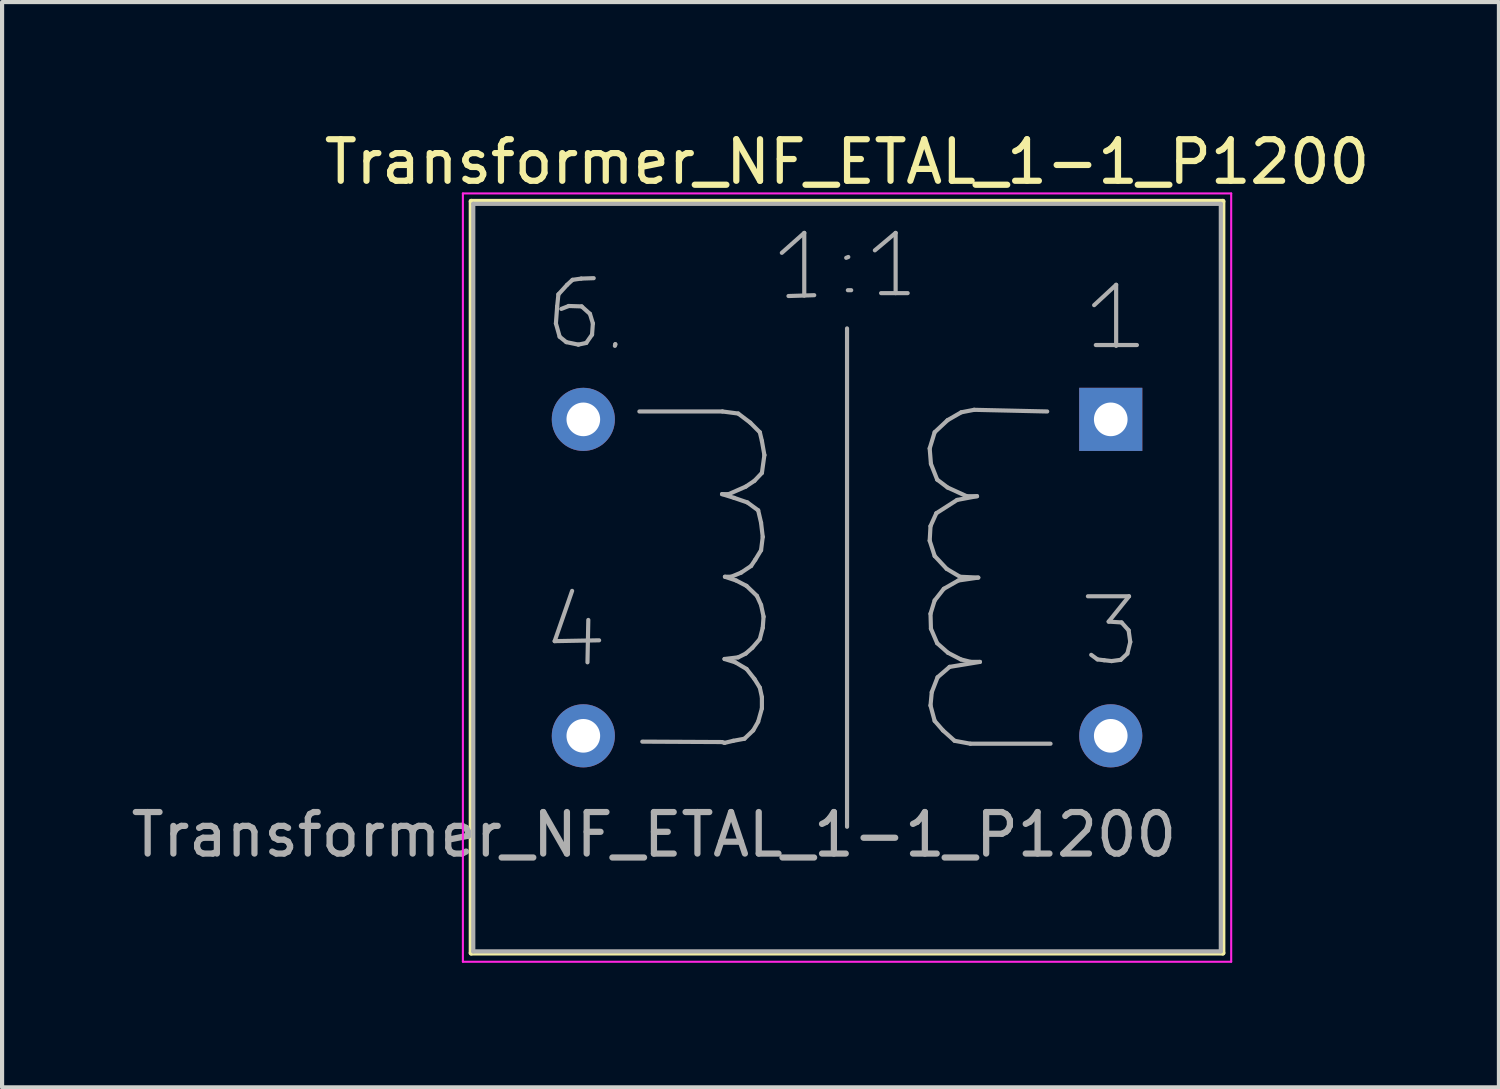
<source format=kicad_pcb>
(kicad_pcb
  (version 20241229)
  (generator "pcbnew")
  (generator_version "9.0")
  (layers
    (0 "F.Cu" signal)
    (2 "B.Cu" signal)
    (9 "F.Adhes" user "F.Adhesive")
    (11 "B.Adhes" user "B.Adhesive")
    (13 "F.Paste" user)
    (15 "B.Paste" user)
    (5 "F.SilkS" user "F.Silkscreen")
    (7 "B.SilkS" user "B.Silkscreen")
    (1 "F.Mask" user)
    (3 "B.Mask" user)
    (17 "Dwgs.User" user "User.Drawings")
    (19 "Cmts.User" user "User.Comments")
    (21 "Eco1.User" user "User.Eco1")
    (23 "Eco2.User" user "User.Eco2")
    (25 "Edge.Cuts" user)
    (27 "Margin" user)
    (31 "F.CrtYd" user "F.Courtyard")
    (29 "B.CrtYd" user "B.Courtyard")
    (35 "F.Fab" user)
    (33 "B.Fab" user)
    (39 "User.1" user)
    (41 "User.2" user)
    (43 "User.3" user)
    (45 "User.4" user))
  (footprint "Transformer_NF_ETAL_1-1_P1200"
    (layer "F.Cu")
    (at 23.696 7.048)
    (property "Reference" "Transformer_NF_ETAL_1-1_P1200" (at -6.35 -6.2 0) (layer "F.SilkS") (effects (font (size 1 1) (thickness 0.15))))
    (attr through_hole)
    (fp_line (start -15.4 -5.25) (end 2.7 -5.25) (stroke (width 0.12) (type solid)) (layer "F.SilkS"))
    (fp_line (start -15.4 12.85) (end -15.4 -5.25) (stroke (width 0.12) (type solid)) (layer "F.SilkS"))
    (fp_line (start 2.7 -5.25) (end 2.7 12.85) (stroke (width 0.12) (type solid)) (layer "F.SilkS"))
    (fp_line (start 2.7 12.85) (end -15.4 12.85) (stroke (width 0.12) (type solid)) (layer "F.SilkS"))
    (fp_line (start -15.6 -5.44) (end -15.6 13.06) (stroke (width 0.05) (type solid)) (layer "F.CrtYd"))
    (fp_line (start -15.6 -5.44) (end 2.9 -5.44) (stroke (width 0.05) (type solid)) (layer "F.CrtYd"))
    (fp_line (start 2.9 13.06) (end -15.6 13.06) (stroke (width 0.05) (type solid)) (layer "F.CrtYd"))
    (fp_line (start 2.9 13.06) (end 2.9 -5.44) (stroke (width 0.05) (type solid)) (layer "F.CrtYd"))
    (fp_line (start -15.35 -5.19) (end -15.35 12.81) (stroke (width 0.1) (type solid)) (layer "F.Fab"))
    (fp_line (start -15.35 12.81) (end 2.65 12.81) (stroke (width 0.1) (type solid)) (layer "F.Fab"))
    (fp_line (start -13.39 5.34) (end -12.32 5.32) (stroke (width 0.1) (type solid)) (layer "F.Fab"))
    (fp_line (start -13.36 -2.31) (end -13.27 -1.99) (stroke (width 0.1) (type solid)) (layer "F.Fab"))
    (fp_line (start -13.33 -2.72) (end -13.36 -2.31) (stroke (width 0.1) (type solid)) (layer "F.Fab"))
    (fp_line (start -13.3 -3.01) (end -13.33 -2.72) (stroke (width 0.1) (type solid)) (layer "F.Fab"))
    (fp_line (start -13.27 -1.99) (end -13.11 -1.86) (stroke (width 0.1) (type solid)) (layer "F.Fab"))
    (fp_line (start -13.11 -1.86) (end -12.82 -1.8) (stroke (width 0.1) (type solid)) (layer "F.Fab"))
    (fp_line (start -13.09 -3.24) (end -13.3 -3.01) (stroke (width 0.1) (type solid)) (layer "F.Fab"))
    (fp_line (start -13.05 -2.73) (end -13.23 -2.66) (stroke (width 0.1) (type solid)) (layer "F.Fab"))
    (fp_line (start -12.97 4.13) (end -13.39 5.34) (stroke (width 0.1) (type solid)) (layer "F.Fab"))
    (fp_line (start -12.96 -3.36) (end -13.09 -3.24) (stroke (width 0.1) (type solid)) (layer "F.Fab"))
    (fp_line (start -12.82 -1.8) (end -12.63 -1.84) (stroke (width 0.1) (type solid)) (layer "F.Fab"))
    (fp_line (start -12.75 -3.39) (end -12.96 -3.36) (stroke (width 0.1) (type solid)) (layer "F.Fab"))
    (fp_line (start -12.74 -2.72) (end -13.05 -2.73) (stroke (width 0.1) (type solid)) (layer "F.Fab"))
    (fp_line (start -12.63 -1.84) (end -12.49 -2.04) (stroke (width 0.1) (type solid)) (layer "F.Fab"))
    (fp_line (start -12.58 4.83) (end -12.6 5.85) (stroke (width 0.1) (type solid)) (layer "F.Fab"))
    (fp_line (start -12.54 -2.54) (end -12.74 -2.72) (stroke (width 0.1) (type solid)) (layer "F.Fab"))
    (fp_line (start -12.49 -2.04) (end -12.47 -2.31) (stroke (width 0.1) (type solid)) (layer "F.Fab"))
    (fp_line (start -12.47 -2.31) (end -12.54 -2.54) (stroke (width 0.1) (type solid)) (layer "F.Fab"))
    (fp_line (start -12.45 -3.4) (end -12.75 -3.39) (stroke (width 0.1) (type solid)) (layer "F.Fab"))
    (fp_line (start -11.94 -1.77) (end -11.93 -1.81) (stroke (width 0.1) (type solid)) (layer "F.Fab"))
    (fp_line (start -11.93 -1.81) (end -11.93 -1.8) (stroke (width 0.1) (type solid)) (layer "F.Fab"))
    (fp_line (start -11.35 -0.19) (end -9.35 -0.19) (stroke (width 0.1) (type solid)) (layer "F.Fab"))
    (fp_line (start -9.36 1.8) (end -9.07 1.89) (stroke (width 0.1) (type solid)) (layer "F.Fab"))
    (fp_line (start -9.36 7.77) (end -11.28 7.76) (stroke (width 0.1) (type solid)) (layer "F.Fab"))
    (fp_line (start -9.35 -0.19) (end -8.97 -0.14) (stroke (width 0.1) (type solid)) (layer "F.Fab"))
    (fp_line (start -9.3 5.77) (end -9.04 5.85) (stroke (width 0.1) (type solid)) (layer "F.Fab"))
    (fp_line (start -9.3 7.79) (end -9.36 7.77) (stroke (width 0.1) (type solid)) (layer "F.Fab"))
    (fp_line (start -9.29 3.79) (end -9.02 3.88) (stroke (width 0.1) (type solid)) (layer "F.Fab"))
    (fp_line (start -9.2 1.8) (end -9.36 1.8) (stroke (width 0.1) (type solid)) (layer "F.Fab"))
    (fp_line (start -9.14 3.79) (end -9.29 3.79) (stroke (width 0.1) (type solid)) (layer "F.Fab"))
    (fp_line (start -9.09 7.74) (end -9.3 7.79) (stroke (width 0.1) (type solid)) (layer "F.Fab"))
    (fp_line (start -9.07 1.89) (end -8.75 2) (stroke (width 0.1) (type solid)) (layer "F.Fab"))
    (fp_line (start -9.04 5.85) (end -8.77 6.01) (stroke (width 0.1) (type solid)) (layer "F.Fab"))
    (fp_line (start -9.02 3.88) (end -8.77 4.01) (stroke (width 0.1) (type solid)) (layer "F.Fab"))
    (fp_line (start -8.97 -0.14) (end -8.68 0.08) (stroke (width 0.1) (type solid)) (layer "F.Fab"))
    (fp_line (start -8.97 5.73) (end -9.3 5.77) (stroke (width 0.1) (type solid)) (layer "F.Fab"))
    (fp_line (start -8.9 3.69) (end -9.14 3.79) (stroke (width 0.1) (type solid)) (layer "F.Fab"))
    (fp_line (start -8.82 7.69) (end -9.09 7.74) (stroke (width 0.1) (type solid)) (layer "F.Fab"))
    (fp_line (start -8.79 1.62) (end -9.2 1.8) (stroke (width 0.1) (type solid)) (layer "F.Fab"))
    (fp_line (start -8.79 5.64) (end -8.97 5.73) (stroke (width 0.1) (type solid)) (layer "F.Fab"))
    (fp_line (start -8.77 4.01) (end -8.52 4.25) (stroke (width 0.1) (type solid)) (layer "F.Fab"))
    (fp_line (start -8.77 6.01) (end -8.58 6.25) (stroke (width 0.1) (type solid)) (layer "F.Fab"))
    (fp_line (start -8.75 2) (end -8.49 2.19) (stroke (width 0.1) (type solid)) (layer "F.Fab"))
    (fp_line (start -8.68 0.08) (end -8.45 0.31) (stroke (width 0.1) (type solid)) (layer "F.Fab"))
    (fp_line (start -8.66 3.53) (end -8.9 3.69) (stroke (width 0.1) (type solid)) (layer "F.Fab"))
    (fp_line (start -8.63 5.5) (end -8.79 5.64) (stroke (width 0.1) (type solid)) (layer "F.Fab"))
    (fp_line (start -8.61 7.49) (end -8.82 7.69) (stroke (width 0.1) (type solid)) (layer "F.Fab"))
    (fp_line (start -8.58 1.48) (end -8.79 1.62) (stroke (width 0.1) (type solid)) (layer "F.Fab"))
    (fp_line (start -8.58 6.25) (end -8.45 6.46) (stroke (width 0.1) (type solid)) (layer "F.Fab"))
    (fp_line (start -8.56 3.38) (end -8.66 3.53) (stroke (width 0.1) (type solid)) (layer "F.Fab"))
    (fp_line (start -8.52 4.25) (end -8.42 4.47) (stroke (width 0.1) (type solid)) (layer "F.Fab"))
    (fp_line (start -8.49 2.19) (end -8.42 2.49) (stroke (width 0.1) (type solid)) (layer "F.Fab"))
    (fp_line (start -8.49 7.28) (end -8.61 7.49) (stroke (width 0.1) (type solid)) (layer "F.Fab"))
    (fp_line (start -8.45 0.31) (end -8.4 0.52) (stroke (width 0.1) (type solid)) (layer "F.Fab"))
    (fp_line (start -8.45 5.29) (end -8.63 5.5) (stroke (width 0.1) (type solid)) (layer "F.Fab"))
    (fp_line (start -8.45 6.46) (end -8.4 6.69) (stroke (width 0.1) (type solid)) (layer "F.Fab"))
    (fp_line (start -8.42 2.49) (end -8.38 2.83) (stroke (width 0.1) (type solid)) (layer "F.Fab"))
    (fp_line (start -8.42 3.15) (end -8.56 3.38) (stroke (width 0.1) (type solid)) (layer "F.Fab"))
    (fp_line (start -8.42 4.47) (end -8.36 4.75) (stroke (width 0.1) (type solid)) (layer "F.Fab"))
    (fp_line (start -8.4 0.52) (end -8.34 0.86) (stroke (width 0.1) (type solid)) (layer "F.Fab"))
    (fp_line (start -8.4 1.29) (end -8.58 1.48) (stroke (width 0.1) (type solid)) (layer "F.Fab"))
    (fp_line (start -8.4 6.69) (end -8.4 6.96) (stroke (width 0.1) (type solid)) (layer "F.Fab"))
    (fp_line (start -8.4 6.96) (end -8.49 7.28) (stroke (width 0.1) (type solid)) (layer "F.Fab"))
    (fp_line (start -8.38 2.83) (end -8.42 3.15) (stroke (width 0.1) (type solid)) (layer "F.Fab"))
    (fp_line (start -8.38 5.02) (end -8.45 5.29) (stroke (width 0.1) (type solid)) (layer "F.Fab"))
    (fp_line (start -8.36 4.75) (end -8.38 5.02) (stroke (width 0.1) (type solid)) (layer "F.Fab"))
    (fp_line (start -8.34 0.86) (end -8.4 1.29) (stroke (width 0.1) (type solid)) (layer "F.Fab"))
    (fp_line (start -7.92 -4.01) (end -7.38 -4.49) (stroke (width 0.1) (type solid)) (layer "F.Fab"))
    (fp_line (start -7.76 -2.97) (end -7.14 -2.99) (stroke (width 0.1) (type solid)) (layer "F.Fab"))
    (fp_line (start -7.38 -4.49) (end -7.38 -2.98) (stroke (width 0.1) (type solid)) (layer "F.Fab"))
    (fp_line (start -6.35 -2.19) (end -6.35 9.81) (stroke (width 0.1) (type solid)) (layer "F.Fab"))
    (fp_line (start -6.32 -3.91) (end -6.37 -3.89) (stroke (width 0.1) (type solid)) (layer "F.Fab"))
    (fp_line (start -6.25 -3.11) (end -6.33 -3.11) (stroke (width 0.1) (type solid)) (layer "F.Fab"))
    (fp_line (start -5.68 -4.07) (end -5.18 -4.49) (stroke (width 0.1) (type solid)) (layer "F.Fab"))
    (fp_line (start -5.53 -3.04) (end -4.89 -3.04) (stroke (width 0.1) (type solid)) (layer "F.Fab"))
    (fp_line (start -5.18 -4.49) (end -5.18 -3.04) (stroke (width 0.1) (type solid)) (layer "F.Fab"))
    (fp_line (start -4.36 0.7) (end -4.33 1.07) (stroke (width 0.1) (type solid)) (layer "F.Fab"))
    (fp_line (start -4.36 2.92) (end -4.24 3.29) (stroke (width 0.1) (type solid)) (layer "F.Fab"))
    (fp_line (start -4.34 2.57) (end -4.36 2.92) (stroke (width 0.1) (type solid)) (layer "F.Fab"))
    (fp_line (start -4.34 4.68) (end -4.33 5.04) (stroke (width 0.1) (type solid)) (layer "F.Fab"))
    (fp_line (start -4.34 6.89) (end -4.24 7.26) (stroke (width 0.1) (type solid)) (layer "F.Fab"))
    (fp_line (start -4.33 1.07) (end -4.18 1.45) (stroke (width 0.1) (type solid)) (layer "F.Fab"))
    (fp_line (start -4.33 5.04) (end -4.18 5.39) (stroke (width 0.1) (type solid)) (layer "F.Fab"))
    (fp_line (start -4.31 6.57) (end -4.34 6.89) (stroke (width 0.1) (type solid)) (layer "F.Fab"))
    (fp_line (start -4.24 0.31) (end -4.36 0.7) (stroke (width 0.1) (type solid)) (layer "F.Fab"))
    (fp_line (start -4.24 3.29) (end -3.95 3.6) (stroke (width 0.1) (type solid)) (layer "F.Fab"))
    (fp_line (start -4.24 4.36) (end -4.34 4.68) (stroke (width 0.1) (type solid)) (layer "F.Fab"))
    (fp_line (start -4.24 7.26) (end -4.04 7.49) (stroke (width 0.1) (type solid)) (layer "F.Fab"))
    (fp_line (start -4.2 2.26) (end -4.34 2.57) (stroke (width 0.1) (type solid)) (layer "F.Fab"))
    (fp_line (start -4.18 1.45) (end -3.93 1.64) (stroke (width 0.1) (type solid)) (layer "F.Fab"))
    (fp_line (start -4.18 5.39) (end -3.92 5.62) (stroke (width 0.1) (type solid)) (layer "F.Fab"))
    (fp_line (start -4.17 6.21) (end -4.31 6.57) (stroke (width 0.1) (type solid)) (layer "F.Fab"))
    (fp_line (start -4.04 7.49) (end -3.76 7.74) (stroke (width 0.1) (type solid)) (layer "F.Fab"))
    (fp_line (start -4.02 4.08) (end -4.24 4.36) (stroke (width 0.1) (type solid)) (layer "F.Fab"))
    (fp_line (start -3.95 3.6) (end -3.63 3.79) (stroke (width 0.1) (type solid)) (layer "F.Fab"))
    (fp_line (start -3.93 0.02) (end -4.24 0.31) (stroke (width 0.1) (type solid)) (layer "F.Fab"))
    (fp_line (start -3.93 1.64) (end -3.47 1.85) (stroke (width 0.1) (type solid)) (layer "F.Fab"))
    (fp_line (start -3.92 5.62) (end -3.61 5.78) (stroke (width 0.1) (type solid)) (layer "F.Fab"))
    (fp_line (start -3.88 5.96) (end -4.17 6.21) (stroke (width 0.1) (type solid)) (layer "F.Fab"))
    (fp_line (start -3.76 7.74) (end -3.38 7.81) (stroke (width 0.1) (type solid)) (layer "F.Fab"))
    (fp_line (start -3.7 1.94) (end -4.2 2.26) (stroke (width 0.1) (type solid)) (layer "F.Fab"))
    (fp_line (start -3.67 3.88) (end -4.02 4.08) (stroke (width 0.1) (type solid)) (layer "F.Fab"))
    (fp_line (start -3.63 3.79) (end -3.19 3.81) (stroke (width 0.1) (type solid)) (layer "F.Fab"))
    (fp_line (start -3.61 5.78) (end -3.37 5.84) (stroke (width 0.1) (type solid)) (layer "F.Fab"))
    (fp_line (start -3.6 -0.17) (end -3.93 0.02) (stroke (width 0.1) (type solid)) (layer "F.Fab"))
    (fp_line (start -3.47 1.85) (end -3.22 1.85) (stroke (width 0.1) (type solid)) (layer "F.Fab"))
    (fp_line (start -3.38 7.81) (end -1.45 7.81) (stroke (width 0.1) (type solid)) (layer "F.Fab"))
    (fp_line (start -3.37 5.84) (end -3.15 5.84) (stroke (width 0.1) (type solid)) (layer "F.Fab"))
    (fp_line (start -3.29 -0.23) (end -3.6 -0.17) (stroke (width 0.1) (type solid)) (layer "F.Fab"))
    (fp_line (start -3.22 1.85) (end -3.7 1.94) (stroke (width 0.1) (type solid)) (layer "F.Fab"))
    (fp_line (start -3.19 3.81) (end -3.67 3.88) (stroke (width 0.1) (type solid)) (layer "F.Fab"))
    (fp_line (start -3.15 5.84) (end -3.88 5.96) (stroke (width 0.1) (type solid)) (layer "F.Fab"))
    (fp_line (start -1.53 -0.19) (end -3.29 -0.23) (stroke (width 0.1) (type solid)) (layer "F.Fab"))
    (fp_line (start -0.55 4.26) (end 0.44 4.26) (stroke (width 0.1) (type solid)) (layer "F.Fab"))
    (fp_line (start -0.4 -2.75) (end 0.13 -3.24) (stroke (width 0.1) (type solid)) (layer "F.Fab"))
    (fp_line (start -0.36 -1.79) (end 0.63 -1.79) (stroke (width 0.1) (type solid)) (layer "F.Fab"))
    (fp_line (start -0.32 5.78) (end -0.47 5.67) (stroke (width 0.1) (type solid)) (layer "F.Fab"))
    (fp_line (start -0.16 5.8) (end -0.32 5.78) (stroke (width 0.1) (type solid)) (layer "F.Fab"))
    (fp_line (start -0.05 4.87) (end 0.26 4.89) (stroke (width 0.1) (type solid)) (layer "F.Fab"))
    (fp_line (start 0.02 5.82) (end -0.16 5.8) (stroke (width 0.1) (type solid)) (layer "F.Fab"))
    (fp_line (start 0.13 -3.24) (end 0.13 -1.77) (stroke (width 0.1) (type solid)) (layer "F.Fab"))
    (fp_line (start 0.24 5.79) (end 0.02 5.82) (stroke (width 0.1) (type solid)) (layer "F.Fab"))
    (fp_line (start 0.26 4.89) (end 0.43 5.08) (stroke (width 0.1) (type solid)) (layer "F.Fab"))
    (fp_line (start 0.4 5.64) (end 0.24 5.79) (stroke (width 0.1) (type solid)) (layer "F.Fab"))
    (fp_line (start 0.43 5.08) (end 0.47 5.36) (stroke (width 0.1) (type solid)) (layer "F.Fab"))
    (fp_line (start 0.44 4.26) (end -0.05 4.87) (stroke (width 0.1) (type solid)) (layer "F.Fab"))
    (fp_line (start 0.47 5.36) (end 0.4 5.64) (stroke (width 0.1) (type solid)) (layer "F.Fab"))
    (fp_line (start 2.65 -5.19) (end -15.35 -5.19) (stroke (width 0.1) (type solid)) (layer "F.Fab"))
    (fp_line (start 2.65 12.81) (end 2.65 -5.19) (stroke (width 0.1) (type solid)) (layer "F.Fab"))
    (fp_text user "${REFERENCE}" (at -11 10 0) (layer "F.Fab") (effects (font (size 1 1) (thickness 0.15))))
    (pad "1" thru_hole rect (at 0 0) (size 1.52 1.52) (drill 0.81) (layers "*.Cu" "*.Mask"))
    (pad "3" thru_hole circle (at 0 7.62) (size 1.52 1.52) (drill 0.81) (layers "*.Cu" "*.Mask"))
    (pad "4" thru_hole circle (at -12.7 7.62) (size 1.52 1.52) (drill 0.81) (layers "*.Cu" "*.Mask"))
    (pad "6" thru_hole circle (at -12.7 0) (size 1.52 1.52) (drill 0.81) (layers "*.Cu" "*.Mask")))
  (gr_rect
    (start -3 -3)
    (end 33.043 23.133)
    (stroke (width 0.1) (type default))
    (fill no)
    (layer "Edge.Cuts")))
</source>
